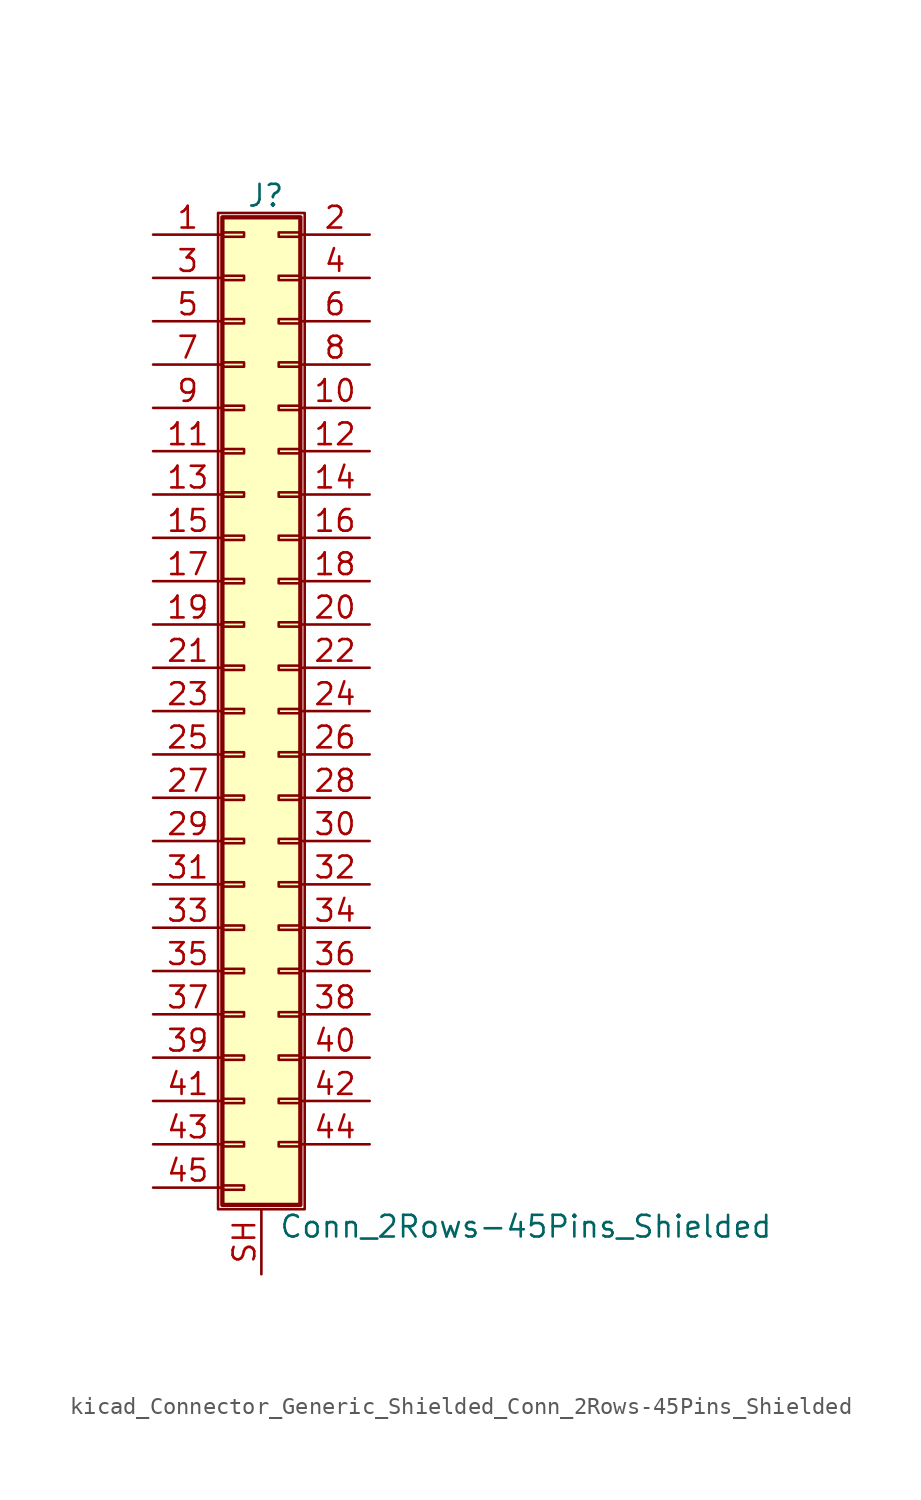
<source format=kicad_sym>
(kicad_symbol_lib
  (version 20220914)
  (generator kicad_symbol_editor)
  (symbol "kicad_Connector_Generic_Shielded_Conn_2Rows-45Pins_Shielded"
    (pin_names
      (offset 1.016) hide)
    (property "Reference" "J"
      (at 1.524 30.226 0)
      (effects (font (size 1.27 1.27))))
    (property "Value" "Conn_2Rows-45Pins_Shielded"
      (at 2.286 -30.226 0)
      (effects (font (size 1.27 1.27)) (justify left)))
    (symbol "kicad_Connector_Generic_Shielded_Conn_2Rows-45Pins_Shielded_1_1"
      (rectangle (start -1.27 29.21) (end 3.81 -29.21) (stroke (width 0.152) (type default)) (fill (type none)))
      (rectangle (start -1.016 -27.813) (end 0.254 -28.067) (stroke (width 0.152) (type default)) (fill (type none)))
      (rectangle (start -1.016 -25.273) (end 0.254 -25.527) (stroke (width 0.152) (type default)) (fill (type none)))
      (rectangle (start -1.016 -22.733) (end 0.254 -22.987) (stroke (width 0.152) (type default)) (fill (type none)))
      (rectangle (start -1.016 -20.193) (end 0.254 -20.447) (stroke (width 0.152) (type default)) (fill (type none)))
      (rectangle (start -1.016 -17.653) (end 0.254 -17.907) (stroke (width 0.152) (type default)) (fill (type none)))
      (rectangle (start -1.016 -15.113) (end 0.254 -15.367) (stroke (width 0.152) (type default)) (fill (type none)))
      (rectangle (start -1.016 -12.573) (end 0.254 -12.827) (stroke (width 0.152) (type default)) (fill (type none)))
      (rectangle (start -1.016 -10.033) (end 0.254 -10.287) (stroke (width 0.152) (type default)) (fill (type none)))
      (rectangle (start -1.016 -7.493) (end 0.254 -7.747) (stroke (width 0.152) (type default)) (fill (type none)))
      (rectangle (start -1.016 -4.953) (end 0.254 -5.207) (stroke (width 0.152) (type default)) (fill (type none)))
      (rectangle (start -1.016 -2.413) (end 0.254 -2.667) (stroke (width 0.152) (type default)) (fill (type none)))
      (rectangle (start -1.016 0.127) (end 0.254 -0.127) (stroke (width 0.152) (type default)) (fill (type none)))
      (rectangle (start -1.016 2.667) (end 0.254 2.413) (stroke (width 0.152) (type default)) (fill (type none)))
      (rectangle (start -1.016 5.207) (end 0.254 4.953) (stroke (width 0.152) (type default)) (fill (type none)))
      (rectangle (start -1.016 7.747) (end 0.254 7.493) (stroke (width 0.152) (type default)) (fill (type none)))
      (rectangle (start -1.016 10.287) (end 0.254 10.033) (stroke (width 0.152) (type default)) (fill (type none)))
      (rectangle (start -1.016 12.827) (end 0.254 12.573) (stroke (width 0.152) (type default)) (fill (type none)))
      (rectangle (start -1.016 15.367) (end 0.254 15.113) (stroke (width 0.152) (type default)) (fill (type none)))
      (rectangle (start -1.016 17.907) (end 0.254 17.653) (stroke (width 0.152) (type default)) (fill (type none)))
      (rectangle (start -1.016 20.447) (end 0.254 20.193) (stroke (width 0.152) (type default)) (fill (type none)))
      (rectangle (start -1.016 22.987) (end 0.254 22.733) (stroke (width 0.152) (type default)) (fill (type none)))
      (rectangle (start -1.016 25.527) (end 0.254 25.273) (stroke (width 0.152) (type default)) (fill (type none)))
      (rectangle (start -1.016 28.067) (end 0.254 27.813) (stroke (width 0.152) (type default)) (fill (type none)))
      (rectangle (start -1.016 28.956) (end 3.556 -28.956) (stroke (width 0.254) (type default)) (fill (type background)))
      (rectangle (start 3.556 -25.273) (end 2.286 -25.527) (stroke (width 0.152) (type default)) (fill (type none)))
      (rectangle (start 3.556 -22.733) (end 2.286 -22.987) (stroke (width 0.152) (type default)) (fill (type none)))
      (rectangle (start 3.556 -20.193) (end 2.286 -20.447) (stroke (width 0.152) (type default)) (fill (type none)))
      (rectangle (start 3.556 -17.653) (end 2.286 -17.907) (stroke (width 0.152) (type default)) (fill (type none)))
      (rectangle (start 3.556 -15.113) (end 2.286 -15.367) (stroke (width 0.152) (type default)) (fill (type none)))
      (rectangle (start 3.556 -12.573) (end 2.286 -12.827) (stroke (width 0.152) (type default)) (fill (type none)))
      (rectangle (start 3.556 -10.033) (end 2.286 -10.287) (stroke (width 0.152) (type default)) (fill (type none)))
      (rectangle (start 3.556 -7.493) (end 2.286 -7.747) (stroke (width 0.152) (type default)) (fill (type none)))
      (rectangle (start 3.556 -4.953) (end 2.286 -5.207) (stroke (width 0.152) (type default)) (fill (type none)))
      (rectangle (start 3.556 -2.413) (end 2.286 -2.667) (stroke (width 0.152) (type default)) (fill (type none)))
      (rectangle (start 3.556 0.127) (end 2.286 -0.127) (stroke (width 0.152) (type default)) (fill (type none)))
      (rectangle (start 3.556 2.667) (end 2.286 2.413) (stroke (width 0.152) (type default)) (fill (type none)))
      (rectangle (start 3.556 5.207) (end 2.286 4.953) (stroke (width 0.152) (type default)) (fill (type none)))
      (rectangle (start 3.556 7.747) (end 2.286 7.493) (stroke (width 0.152) (type default)) (fill (type none)))
      (rectangle (start 3.556 10.287) (end 2.286 10.033) (stroke (width 0.152) (type default)) (fill (type none)))
      (rectangle (start 3.556 12.827) (end 2.286 12.573) (stroke (width 0.152) (type default)) (fill (type none)))
      (rectangle (start 3.556 15.367) (end 2.286 15.113) (stroke (width 0.152) (type default)) (fill (type none)))
      (rectangle (start 3.556 17.907) (end 2.286 17.653) (stroke (width 0.152) (type default)) (fill (type none)))
      (rectangle (start 3.556 20.447) (end 2.286 20.193) (stroke (width 0.152) (type default)) (fill (type none)))
      (rectangle (start 3.556 22.987) (end 2.286 22.733) (stroke (width 0.152) (type default)) (fill (type none)))
      (rectangle (start 3.556 25.527) (end 2.286 25.273) (stroke (width 0.152) (type default)) (fill (type none)))
      (rectangle (start 3.556 28.067) (end 2.286 27.813) (stroke (width 0.152) (type default)) (fill (type none)))
      (pin passive line (at -5.08 27.94 0) (length 4.064) (name "Pin_1" (effects (font (size 1.27 1.27)))) (number "1" (effects (font (size 1.27 1.27)))))
      (pin passive line (at 7.62 17.78 180) (length 4.064) (name "Pin_10" (effects (font (size 1.27 1.27)))) (number "10" (effects (font (size 1.27 1.27)))))
      (pin passive line (at -5.08 15.24 0) (length 4.064) (name "Pin_11" (effects (font (size 1.27 1.27)))) (number "11" (effects (font (size 1.27 1.27)))))
      (pin passive line (at 7.62 15.24 180) (length 4.064) (name "Pin_12" (effects (font (size 1.27 1.27)))) (number "12" (effects (font (size 1.27 1.27)))))
      (pin passive line (at -5.08 12.7 0) (length 4.064) (name "Pin_13" (effects (font (size 1.27 1.27)))) (number "13" (effects (font (size 1.27 1.27)))))
      (pin passive line (at 7.62 12.7 180) (length 4.064) (name "Pin_14" (effects (font (size 1.27 1.27)))) (number "14" (effects (font (size 1.27 1.27)))))
      (pin passive line (at -5.08 10.16 0) (length 4.064) (name "Pin_15" (effects (font (size 1.27 1.27)))) (number "15" (effects (font (size 1.27 1.27)))))
      (pin passive line (at 7.62 10.16 180) (length 4.064) (name "Pin_16" (effects (font (size 1.27 1.27)))) (number "16" (effects (font (size 1.27 1.27)))))
      (pin passive line (at -5.08 7.62 0) (length 4.064) (name "Pin_17" (effects (font (size 1.27 1.27)))) (number "17" (effects (font (size 1.27 1.27)))))
      (pin passive line (at 7.62 7.62 180) (length 4.064) (name "Pin_18" (effects (font (size 1.27 1.27)))) (number "18" (effects (font (size 1.27 1.27)))))
      (pin passive line (at -5.08 5.08 0) (length 4.064) (name "Pin_19" (effects (font (size 1.27 1.27)))) (number "19" (effects (font (size 1.27 1.27)))))
      (pin passive line (at 7.62 27.94 180) (length 4.064) (name "Pin_2" (effects (font (size 1.27 1.27)))) (number "2" (effects (font (size 1.27 1.27)))))
      (pin passive line (at 7.62 5.08 180) (length 4.064) (name "Pin_20" (effects (font (size 1.27 1.27)))) (number "20" (effects (font (size 1.27 1.27)))))
      (pin passive line (at -5.08 2.54 0) (length 4.064) (name "Pin_21" (effects (font (size 1.27 1.27)))) (number "21" (effects (font (size 1.27 1.27)))))
      (pin passive line (at 7.62 2.54 180) (length 4.064) (name "Pin_22" (effects (font (size 1.27 1.27)))) (number "22" (effects (font (size 1.27 1.27)))))
      (pin passive line (at -5.08 0 0) (length 4.064) (name "Pin_23" (effects (font (size 1.27 1.27)))) (number "23" (effects (font (size 1.27 1.27)))))
      (pin passive line (at 7.62 0 180) (length 4.064) (name "Pin_24" (effects (font (size 1.27 1.27)))) (number "24" (effects (font (size 1.27 1.27)))))
      (pin passive line (at -5.08 -2.54 0) (length 4.064) (name "Pin_25" (effects (font (size 1.27 1.27)))) (number "25" (effects (font (size 1.27 1.27)))))
      (pin passive line (at 7.62 -2.54 180) (length 4.064) (name "Pin_26" (effects (font (size 1.27 1.27)))) (number "26" (effects (font (size 1.27 1.27)))))
      (pin passive line (at -5.08 -5.08 0) (length 4.064) (name "Pin_27" (effects (font (size 1.27 1.27)))) (number "27" (effects (font (size 1.27 1.27)))))
      (pin passive line (at 7.62 -5.08 180) (length 4.064) (name "Pin_28" (effects (font (size 1.27 1.27)))) (number "28" (effects (font (size 1.27 1.27)))))
      (pin passive line (at -5.08 -7.62 0) (length 4.064) (name "Pin_29" (effects (font (size 1.27 1.27)))) (number "29" (effects (font (size 1.27 1.27)))))
      (pin passive line (at -5.08 25.4 0) (length 4.064) (name "Pin_3" (effects (font (size 1.27 1.27)))) (number "3" (effects (font (size 1.27 1.27)))))
      (pin passive line (at 7.62 -7.62 180) (length 4.064) (name "Pin_30" (effects (font (size 1.27 1.27)))) (number "30" (effects (font (size 1.27 1.27)))))
      (pin passive line (at -5.08 -10.16 0) (length 4.064) (name "Pin_31" (effects (font (size 1.27 1.27)))) (number "31" (effects (font (size 1.27 1.27)))))
      (pin passive line (at 7.62 -10.16 180) (length 4.064) (name "Pin_32" (effects (font (size 1.27 1.27)))) (number "32" (effects (font (size 1.27 1.27)))))
      (pin passive line (at -5.08 -12.7 0) (length 4.064) (name "Pin_33" (effects (font (size 1.27 1.27)))) (number "33" (effects (font (size 1.27 1.27)))))
      (pin passive line (at 7.62 -12.7 180) (length 4.064) (name "Pin_34" (effects (font (size 1.27 1.27)))) (number "34" (effects (font (size 1.27 1.27)))))
      (pin passive line (at -5.08 -15.24 0) (length 4.064) (name "Pin_35" (effects (font (size 1.27 1.27)))) (number "35" (effects (font (size 1.27 1.27)))))
      (pin passive line (at 7.62 -15.24 180) (length 4.064) (name "Pin_36" (effects (font (size 1.27 1.27)))) (number "36" (effects (font (size 1.27 1.27)))))
      (pin passive line (at -5.08 -17.78 0) (length 4.064) (name "Pin_37" (effects (font (size 1.27 1.27)))) (number "37" (effects (font (size 1.27 1.27)))))
      (pin passive line (at 7.62 -17.78 180) (length 4.064) (name "Pin_38" (effects (font (size 1.27 1.27)))) (number "38" (effects (font (size 1.27 1.27)))))
      (pin passive line (at -5.08 -20.32 0) (length 4.064) (name "Pin_39" (effects (font (size 1.27 1.27)))) (number "39" (effects (font (size 1.27 1.27)))))
      (pin passive line (at 7.62 25.4 180) (length 4.064) (name "Pin_4" (effects (font (size 1.27 1.27)))) (number "4" (effects (font (size 1.27 1.27)))))
      (pin passive line (at 7.62 -20.32 180) (length 4.064) (name "Pin_40" (effects (font (size 1.27 1.27)))) (number "40" (effects (font (size 1.27 1.27)))))
      (pin passive line (at -5.08 -22.86 0) (length 4.064) (name "Pin_41" (effects (font (size 1.27 1.27)))) (number "41" (effects (font (size 1.27 1.27)))))
      (pin passive line (at 7.62 -22.86 180) (length 4.064) (name "Pin_42" (effects (font (size 1.27 1.27)))) (number "42" (effects (font (size 1.27 1.27)))))
      (pin passive line (at -5.08 -25.4 0) (length 4.064) (name "Pin_43" (effects (font (size 1.27 1.27)))) (number "43" (effects (font (size 1.27 1.27)))))
      (pin passive line (at 7.62 -25.4 180) (length 4.064) (name "Pin_44" (effects (font (size 1.27 1.27)))) (number "44" (effects (font (size 1.27 1.27)))))
      (pin passive line (at -5.08 -27.94 0) (length 4.064) (name "Pin_45" (effects (font (size 1.27 1.27)))) (number "45" (effects (font (size 1.27 1.27)))))
      (pin passive line (at -5.08 22.86 0) (length 4.064) (name "Pin_5" (effects (font (size 1.27 1.27)))) (number "5" (effects (font (size 1.27 1.27)))))
      (pin passive line (at 7.62 22.86 180) (length 4.064) (name "Pin_6" (effects (font (size 1.27 1.27)))) (number "6" (effects (font (size 1.27 1.27)))))
      (pin passive line (at -5.08 20.32 0) (length 4.064) (name "Pin_7" (effects (font (size 1.27 1.27)))) (number "7" (effects (font (size 1.27 1.27)))))
      (pin passive line (at 7.62 20.32 180) (length 4.064) (name "Pin_8" (effects (font (size 1.27 1.27)))) (number "8" (effects (font (size 1.27 1.27)))))
      (pin passive line (at -5.08 17.78 0) (length 4.064) (name "Pin_9" (effects (font (size 1.27 1.27)))) (number "9" (effects (font (size 1.27 1.27)))))
      (pin passive line (at 1.27 -33.02 90) (length 3.81) (name "Shield" (effects (font (size 1.27 1.27)))) (number "SH" (effects (font (size 1.27 1.27))))))))
</source>
